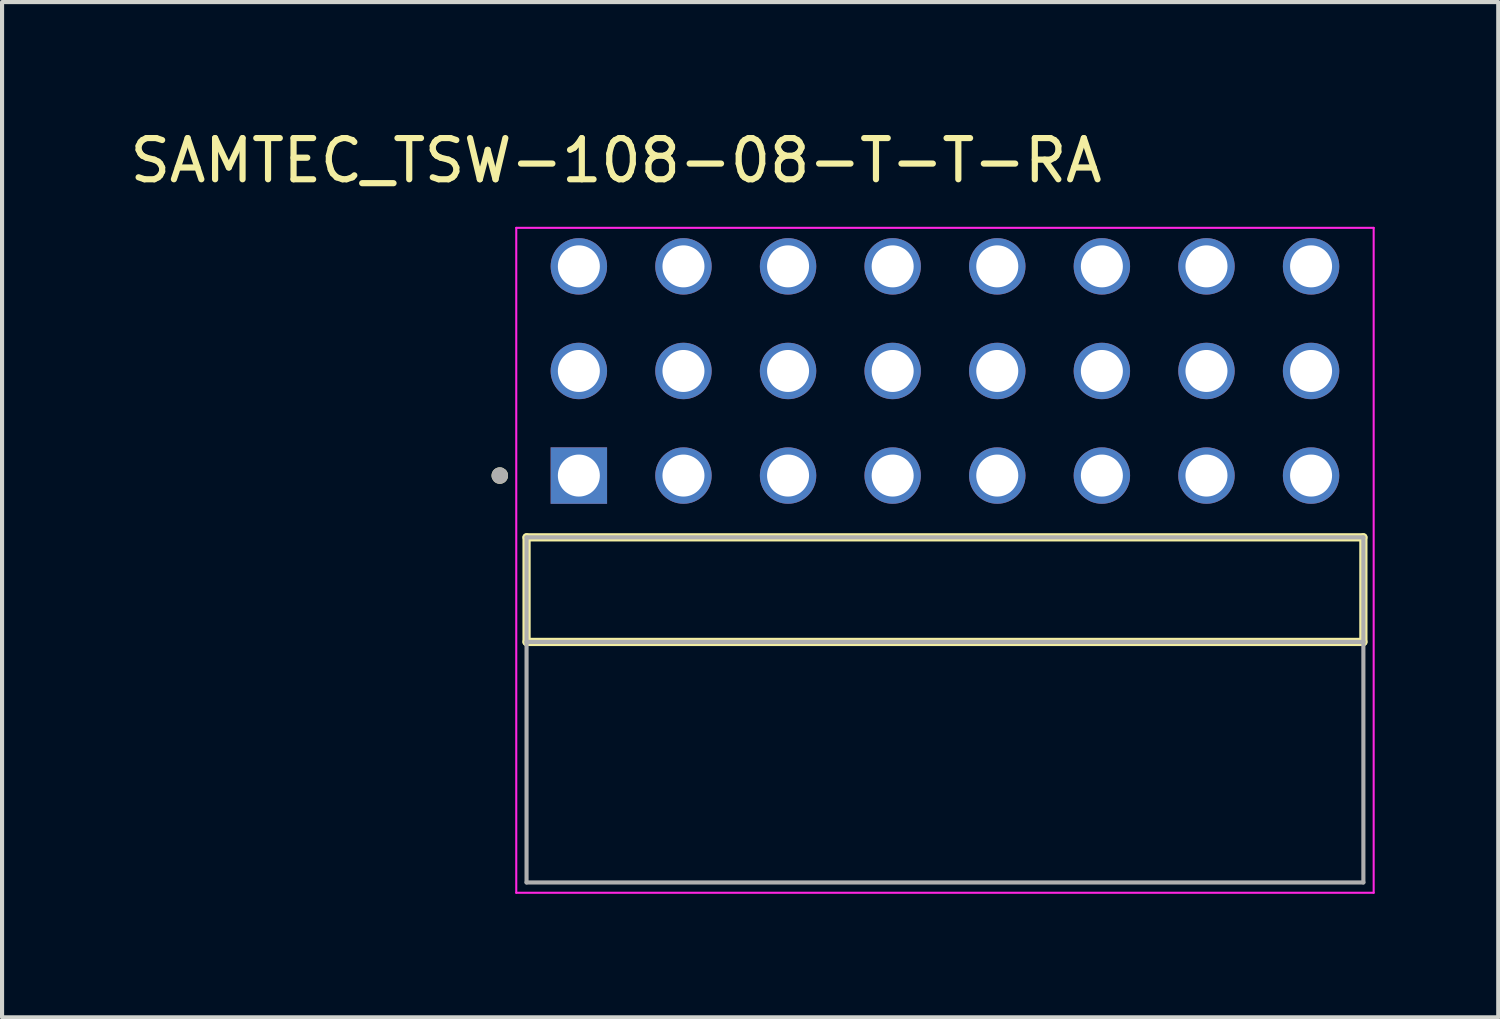
<source format=kicad_pcb>
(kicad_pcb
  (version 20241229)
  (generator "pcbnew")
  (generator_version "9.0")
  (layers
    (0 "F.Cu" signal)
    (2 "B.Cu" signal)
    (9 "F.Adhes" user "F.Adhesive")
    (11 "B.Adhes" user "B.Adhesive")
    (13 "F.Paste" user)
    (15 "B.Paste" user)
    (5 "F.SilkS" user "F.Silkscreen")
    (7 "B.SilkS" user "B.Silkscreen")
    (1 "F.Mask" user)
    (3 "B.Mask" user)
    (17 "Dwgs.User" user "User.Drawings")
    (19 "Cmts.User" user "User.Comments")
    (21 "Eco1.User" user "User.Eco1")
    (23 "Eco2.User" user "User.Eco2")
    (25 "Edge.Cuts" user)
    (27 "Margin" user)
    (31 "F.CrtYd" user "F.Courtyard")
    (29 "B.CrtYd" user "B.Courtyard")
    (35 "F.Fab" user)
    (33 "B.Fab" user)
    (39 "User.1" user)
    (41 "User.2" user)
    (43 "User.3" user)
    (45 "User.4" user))
  (footprint "SAMTEC_TSW-108-08-T-T-RA"
    (layer "F.Cu")
    (at 19.896 11.268)
    (property "Reference" "SAMTEC_TSW-108-08-T-T-RA" (at -7.985 -10.42 0) (layer "F.SilkS") (effects (font (size 1 1) (thickness 0.15))))
    (attr through_hole)
    (fp_line (start -10.16 1.27) (end -10.16 -1.27) (stroke (width 0.2) (type solid)) (layer "F.SilkS"))
    (fp_line (start 10.16 -1.27) (end -10.16 -1.27) (stroke (width 0.2) (type solid)) (layer "F.SilkS"))
    (fp_line (start 10.16 -1.27) (end 10.16 1.27) (stroke (width 0.2) (type solid)) (layer "F.SilkS"))
    (fp_line (start 10.16 1.27) (end -10.16 1.27) (stroke (width 0.2) (type solid)) (layer "F.SilkS"))
    (fp_circle (center -10.81 -2.77) (end -10.71 -2.77) (stroke (width 0.2) (type solid)) (fill no) (layer "F.SilkS"))
    (fp_line (start -10.41 -8.785) (end 10.41 -8.785) (stroke (width 0.05) (type solid)) (layer "F.CrtYd"))
    (fp_line (start -10.41 7.36) (end -10.41 -8.785) (stroke (width 0.05) (type solid)) (layer "F.CrtYd"))
    (fp_line (start 10.41 -8.785) (end 10.41 7.36) (stroke (width 0.05) (type solid)) (layer "F.CrtYd"))
    (fp_line (start 10.41 7.36) (end -10.41 7.36) (stroke (width 0.05) (type solid)) (layer "F.CrtYd"))
    (fp_line (start -10.16 -1.27) (end 10.16 -1.27) (stroke (width 0.1) (type solid)) (layer "F.Fab"))
    (fp_line (start -10.16 1.27) (end -10.16 -1.27) (stroke (width 0.1) (type solid)) (layer "F.Fab"))
    (fp_line (start -10.16 1.27) (end -10.16 7.11) (stroke (width 0.1) (type solid)) (layer "F.Fab"))
    (fp_line (start -10.16 7.11) (end 10.16 7.11) (stroke (width 0.1) (type solid)) (layer "F.Fab"))
    (fp_line (start 10.16 -1.27) (end 10.16 1.27) (stroke (width 0.1) (type solid)) (layer "F.Fab"))
    (fp_line (start 10.16 1.27) (end -10.16 1.27) (stroke (width 0.1) (type solid)) (layer "F.Fab"))
    (fp_line (start 10.16 7.11) (end 10.16 1.27) (stroke (width 0.1) (type solid)) (layer "F.Fab"))
    (fp_circle (center -10.81 -2.77) (end -10.71 -2.77) (stroke (width 0.2) (type solid)) (fill no) (layer "F.Fab"))
    (pad "01" thru_hole rect (at -8.89 -2.77) (size 1.37 1.37) (drill 1.02) (layers "*.Cu" "*.Mask"))
    (pad "02" thru_hole circle (at -8.89 -5.31) (size 1.37 1.37) (drill 1.02) (layers "*.Cu" "*.Mask"))
    (pad "03" thru_hole circle (at -8.89 -7.85) (size 1.37 1.37) (drill 1.02) (layers "*.Cu" "*.Mask"))
    (pad "04" thru_hole circle (at -6.35 -2.77) (size 1.37 1.37) (drill 1.02) (layers "*.Cu" "*.Mask"))
    (pad "05" thru_hole circle (at -6.35 -5.31) (size 1.37 1.37) (drill 1.02) (layers "*.Cu" "*.Mask"))
    (pad "06" thru_hole circle (at -6.35 -7.85) (size 1.37 1.37) (drill 1.02) (layers "*.Cu" "*.Mask"))
    (pad "07" thru_hole circle (at -3.81 -2.77) (size 1.37 1.37) (drill 1.02) (layers "*.Cu" "*.Mask"))
    (pad "08" thru_hole circle (at -3.81 -5.31) (size 1.37 1.37) (drill 1.02) (layers "*.Cu" "*.Mask"))
    (pad "09" thru_hole circle (at -3.81 -7.85) (size 1.37 1.37) (drill 1.02) (layers "*.Cu" "*.Mask"))
    (pad "10" thru_hole circle (at -1.27 -2.77) (size 1.37 1.37) (drill 1.02) (layers "*.Cu" "*.Mask"))
    (pad "11" thru_hole circle (at -1.27 -5.31) (size 1.37 1.37) (drill 1.02) (layers "*.Cu" "*.Mask"))
    (pad "12" thru_hole circle (at -1.27 -7.85) (size 1.37 1.37) (drill 1.02) (layers "*.Cu" "*.Mask"))
    (pad "13" thru_hole circle (at 1.27 -2.77) (size 1.37 1.37) (drill 1.02) (layers "*.Cu" "*.Mask"))
    (pad "14" thru_hole circle (at 1.27 -5.31) (size 1.37 1.37) (drill 1.02) (layers "*.Cu" "*.Mask"))
    (pad "15" thru_hole circle (at 1.27 -7.85) (size 1.37 1.37) (drill 1.02) (layers "*.Cu" "*.Mask"))
    (pad "16" thru_hole circle (at 3.81 -2.77) (size 1.37 1.37) (drill 1.02) (layers "*.Cu" "*.Mask"))
    (pad "17" thru_hole circle (at 3.81 -5.31) (size 1.37 1.37) (drill 1.02) (layers "*.Cu" "*.Mask"))
    (pad "18" thru_hole circle (at 3.81 -7.85) (size 1.37 1.37) (drill 1.02) (layers "*.Cu" "*.Mask"))
    (pad "19" thru_hole circle (at 6.35 -2.77) (size 1.37 1.37) (drill 1.02) (layers "*.Cu" "*.Mask"))
    (pad "20" thru_hole circle (at 6.35 -5.31) (size 1.37 1.37) (drill 1.02) (layers "*.Cu" "*.Mask"))
    (pad "21" thru_hole circle (at 6.35 -7.85) (size 1.37 1.37) (drill 1.02) (layers "*.Cu" "*.Mask"))
    (pad "22" thru_hole circle (at 8.89 -2.77) (size 1.37 1.37) (drill 1.02) (layers "*.Cu" "*.Mask"))
    (pad "23" thru_hole circle (at 8.89 -5.31) (size 1.37 1.37) (drill 1.02) (layers "*.Cu" "*.Mask"))
    (pad "24" thru_hole circle (at 8.89 -7.85) (size 1.37 1.37) (drill 1.02) (layers "*.Cu" "*.Mask")))
  (gr_rect
    (start -3 -3)
    (end 33.331 21.653)
    (stroke (width 0.1) (type default))
    (fill no)
    (layer "Edge.Cuts")))
</source>
